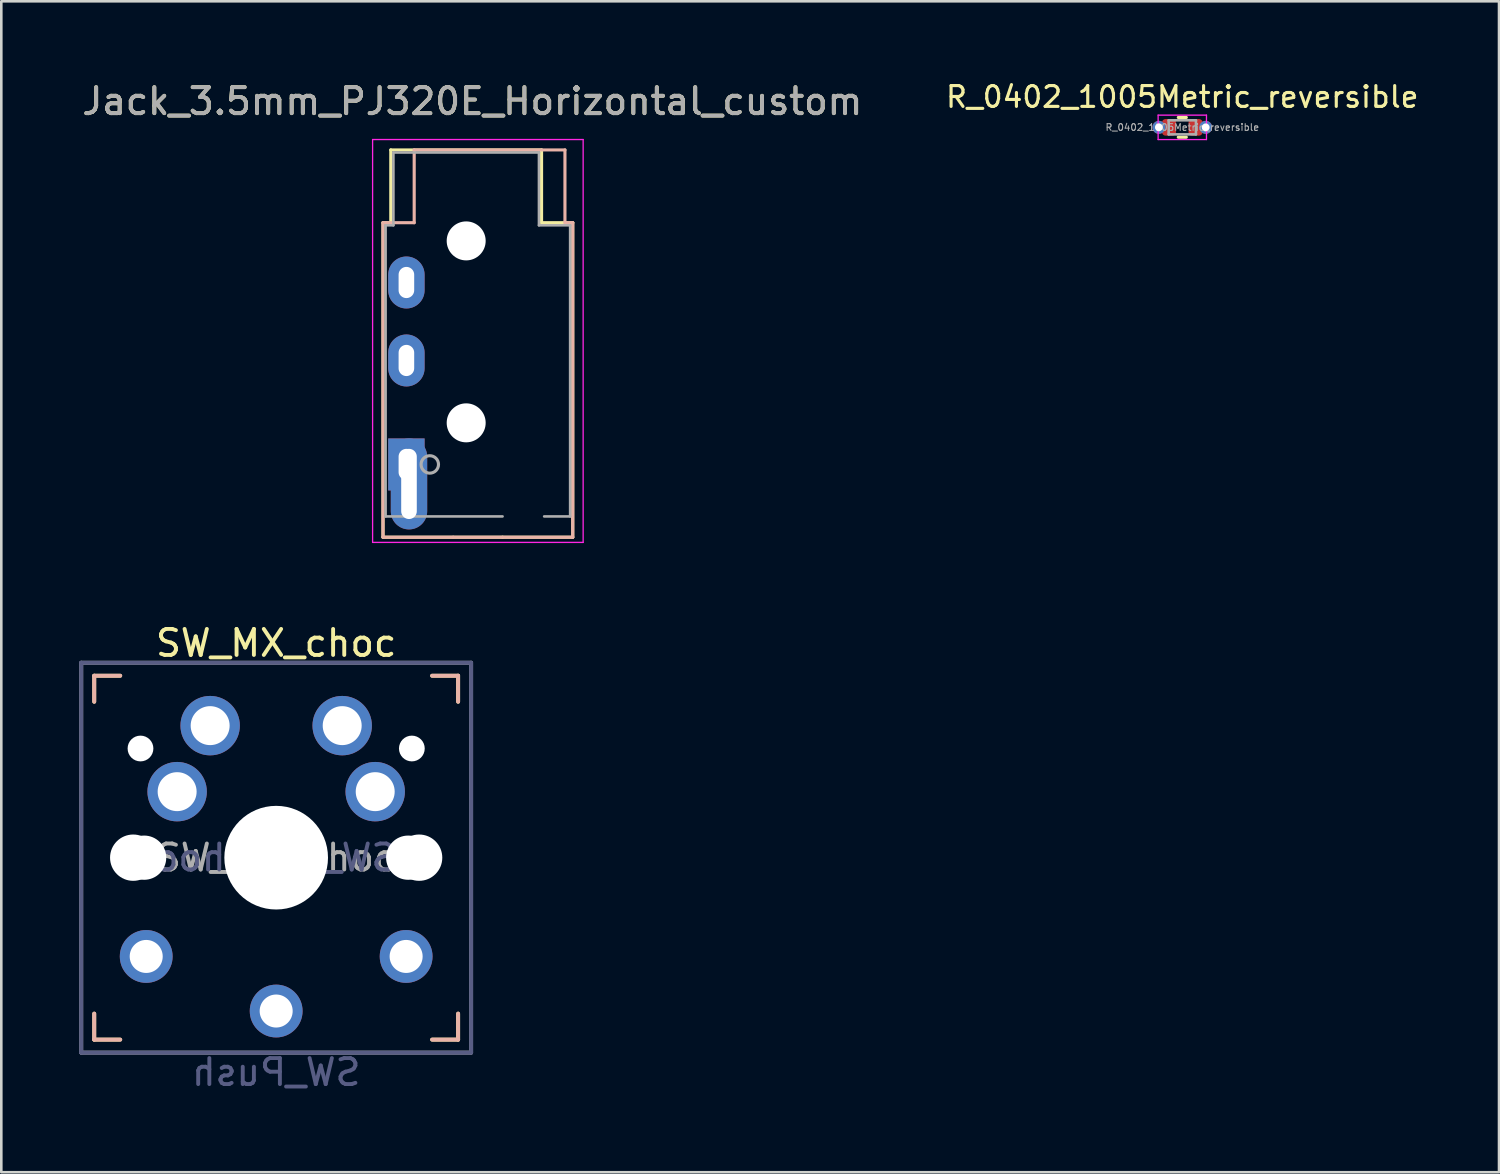
<source format=kicad_pcb>
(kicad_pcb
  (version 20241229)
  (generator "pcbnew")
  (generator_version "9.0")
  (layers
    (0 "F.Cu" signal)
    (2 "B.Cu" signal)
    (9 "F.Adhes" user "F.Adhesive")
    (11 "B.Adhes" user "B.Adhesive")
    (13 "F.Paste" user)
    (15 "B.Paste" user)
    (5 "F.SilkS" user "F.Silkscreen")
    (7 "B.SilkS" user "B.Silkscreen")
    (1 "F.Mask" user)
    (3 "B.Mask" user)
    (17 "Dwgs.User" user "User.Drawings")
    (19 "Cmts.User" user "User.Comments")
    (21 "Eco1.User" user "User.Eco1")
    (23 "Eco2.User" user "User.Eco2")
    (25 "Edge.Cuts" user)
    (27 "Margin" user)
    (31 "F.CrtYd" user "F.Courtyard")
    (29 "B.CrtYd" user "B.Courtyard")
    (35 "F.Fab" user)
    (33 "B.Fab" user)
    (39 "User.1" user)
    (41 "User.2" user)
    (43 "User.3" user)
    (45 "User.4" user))
  (footprint "Jack_3.5mm_PJ320E_Horizontal_custom"
    (layer "F.Cu")
    (at 12.585 14.818)
    (property "Reference" "Jack_3.5mm_PJ320E_Horizontal_custom" (at 2.54 -13.97 180) (layer "F.SilkS") (effects (font (size 1 1) (thickness 0.15))))
    (attr through_hole)
    (fp_line (start -0.9 -9.3) (end -0.9 2.8) (stroke (width 0.12) (type solid)) (layer "F.SilkS"))
    (fp_line (start -0.9 -9.3) (end -0.6 -9.3) (stroke (width 0.12) (type solid)) (layer "F.SilkS"))
    (fp_line (start -0.9 2.8) (end 3.7 2.8) (stroke (width 0.12) (type solid)) (layer "F.SilkS"))
    (fp_line (start -0.6 -9.3) (end -0.6 -12.1) (stroke (width 0.12) (type solid)) (layer "F.SilkS"))
    (fp_line (start 5.2 -12.1) (end -0.6 -12.1) (stroke (width 0.12) (type solid)) (layer "F.SilkS"))
    (fp_line (start 5.2 -9.3) (end 5.2 -12.1) (stroke (width 0.12) (type solid)) (layer "F.SilkS"))
    (fp_line (start 5.2 -9.3) (end 6.4 -9.3) (stroke (width 0.12) (type solid)) (layer "F.SilkS"))
    (fp_line (start 6.4 -9.3) (end 6.4 2.8) (stroke (width 0.12) (type solid)) (layer "F.SilkS"))
    (fp_line (start 6.4 2.8) (end 3.7 2.8) (stroke (width 0.12) (type solid)) (layer "F.SilkS"))
    (fp_line (start -0.9 -9.3) (end -0.9 2.8) (stroke (width 0.12) (type solid)) (layer "B.SilkS"))
    (fp_line (start -0.9 2.8) (end 1.8 2.8) (stroke (width 0.12) (type solid)) (layer "B.SilkS"))
    (fp_line (start 0.3 -12.1) (end 6.1 -12.1) (stroke (width 0.12) (type solid)) (layer "B.SilkS"))
    (fp_line (start 0.3 -9.3) (end -0.9 -9.3) (stroke (width 0.12) (type solid)) (layer "B.SilkS"))
    (fp_line (start 0.3 -9.3) (end 0.3 -12.1) (stroke (width 0.12) (type solid)) (layer "B.SilkS"))
    (fp_line (start 6.1 -9.3) (end 6.1 -12.1) (stroke (width 0.12) (type solid)) (layer "B.SilkS"))
    (fp_line (start 6.4 -9.3) (end 6.1 -9.3) (stroke (width 0.12) (type solid)) (layer "B.SilkS"))
    (fp_line (start 6.4 -9.3) (end 6.4 2.8) (stroke (width 0.12) (type solid)) (layer "B.SilkS"))
    (fp_line (start 6.4 2.8) (end 1.8 2.8) (stroke (width 0.12) (type solid)) (layer "B.SilkS"))
    (fp_line (start -1.3 -12.5) (end -1.3 3) (stroke (width 0.05) (type solid)) (layer "F.CrtYd"))
    (fp_line (start -1.3 -12.5) (end 6.8 -12.5) (stroke (width 0.05) (type solid)) (layer "F.CrtYd"))
    (fp_line (start -1.3 3) (end 6.8 3) (stroke (width 0.05) (type solid)) (layer "F.CrtYd"))
    (fp_line (start 6.8 -12.5) (end 6.8 3) (stroke (width 0.05) (type solid)) (layer "F.CrtYd"))
    (fp_line (start -0.8 -9.2) (end -0.5 -9.2) (stroke (width 0.1) (type solid)) (layer "F.Fab"))
    (fp_line (start -0.8 2) (end -0.8 -9.2) (stroke (width 0.1) (type solid)) (layer "F.Fab"))
    (fp_line (start -0.5 -12) (end 5.1 -12) (stroke (width 0.1) (type solid)) (layer "F.Fab"))
    (fp_line (start -0.5 -9.2) (end -0.5 -12) (stroke (width 0.1) (type solid)) (layer "F.Fab"))
    (fp_line (start 3.7 2) (end -0.8 2) (stroke (width 0.1) (type solid)) (layer "F.Fab"))
    (fp_line (start 5.1 -12) (end 5.1 -9.2) (stroke (width 0.1) (type solid)) (layer "F.Fab"))
    (fp_line (start 5.1 -9.2) (end 6.3 -9.2) (stroke (width 0.1) (type solid)) (layer "F.Fab"))
    (fp_line (start 6.3 -9.2) (end 6.3 2) (stroke (width 0.1) (type solid)) (layer "F.Fab"))
    (fp_line (start 6.3 2) (end 5.3 2) (stroke (width 0.1) (type solid)) (layer "F.Fab"))
    (fp_circle (center 0.9 0) (end 1.2 0.15) (stroke (width 0.12) (type solid)) (fill no) (layer "F.Fab"))
    (fp_text user "${REFERENCE}" (at 2.54 -13.97 180) (layer "F.Fab") (effects (font (size 1 1) (thickness 0.15))))
    (pad "" np_thru_hole oval (at 2.3 -8.6 270) (size 1.5 1.5) (drill oval 1.5) (layers "*.Cu" "*.Mask"))
    (pad "" np_thru_hole oval (at 2.3 -1.6 270) (size 1.5 1.5) (drill oval 1.5) (layers "*.Cu" "*.Mask"))
    (pad "R1" thru_hole oval (at 0 -4 270) (size 2 1.4) (drill oval 1.2 0.6) (layers "*.Cu" "*.Mask"))
    (pad "R2" thru_hole oval (at 0 -7 270) (size 2 1.4) (drill oval 1.2 0.6) (layers "*.Cu" "*.Mask"))
    (pad "T" thru_hole rect (at 0 0 270) (size 2 1.4) (drill oval 1.2 0.6) (layers "*.Cu" "*.Mask"))
    (pad "T" thru_hole oval (at 0.1 0.75 270) (size 3.5 1.4) (drill oval 2.7 0.6) (layers "*.Cu" "*.Mask")))
  (footprint "SW_MX_choc"
    (layer "F.Cu")
    (at 7.575 29.947)
    (property "Reference" "SW_MX_choc" (at 0 -8.255 0) (layer "F.SilkS") (effects (font (size 1 1) (thickness 0.15))))
    (property "Value" "SW_Push" (at 0 8.255 0) (layer "F.Fab") (hide yes) (effects (font (size 1 1) (thickness 0.15))))
    (attr through_hole)
    (fp_line (start -7 -7) (end -6 -7) (stroke (width 0.15) (type solid)) (layer "F.SilkS"))
    (fp_line (start -7 -6) (end -7 -7) (stroke (width 0.15) (type solid)) (layer "F.SilkS"))
    (fp_line (start -7 7) (end -7 6) (stroke (width 0.15) (type solid)) (layer "F.SilkS"))
    (fp_line (start -6 7) (end -7 7) (stroke (width 0.15) (type solid)) (layer "F.SilkS"))
    (fp_line (start 6 -7) (end 7 -7) (stroke (width 0.15) (type solid)) (layer "F.SilkS"))
    (fp_line (start 7 -7) (end 7 -6) (stroke (width 0.15) (type solid)) (layer "F.SilkS"))
    (fp_line (start 7 6) (end 7 7) (stroke (width 0.15) (type solid)) (layer "F.SilkS"))
    (fp_line (start 7 7) (end 6 7) (stroke (width 0.15) (type solid)) (layer "F.SilkS"))
    (fp_line (start -7 -7) (end -6 -7) (stroke (width 0.15) (type solid)) (layer "B.SilkS"))
    (fp_line (start -7 -6) (end -7 -7) (stroke (width 0.15) (type solid)) (layer "B.SilkS"))
    (fp_line (start -7 7) (end -7 6) (stroke (width 0.15) (type solid)) (layer "B.SilkS"))
    (fp_line (start -6 7) (end -7 7) (stroke (width 0.15) (type solid)) (layer "B.SilkS"))
    (fp_line (start 6 -7) (end 7 -7) (stroke (width 0.15) (type solid)) (layer "B.SilkS"))
    (fp_line (start 7 -7) (end 7 -6) (stroke (width 0.15) (type solid)) (layer "B.SilkS"))
    (fp_line (start 7 6) (end 7 7) (stroke (width 0.15) (type solid)) (layer "B.SilkS"))
    (fp_line (start 7 7) (end 6 7) (stroke (width 0.15) (type solid)) (layer "B.SilkS"))
    (fp_line (start -6.9 6.9) (end -6.9 -6.9) (stroke (width 0.15) (type solid)) (layer "Eco2.User"))
    (fp_line (start -6.9 6.9) (end 6.9 6.9) (stroke (width 0.15) (type solid)) (layer "Eco2.User"))
    (fp_line (start 6.9 -6.9) (end -6.9 -6.9) (stroke (width 0.15) (type solid)) (layer "Eco2.User"))
    (fp_line (start 6.9 -6.9) (end 6.9 6.9) (stroke (width 0.15) (type solid)) (layer "Eco2.User"))
    (fp_line (start -7.5 -7.5) (end 7.5 -7.5) (stroke (width 0.15) (type solid)) (layer "B.Fab"))
    (fp_line (start -7.5 7.5) (end -7.5 -7.5) (stroke (width 0.15) (type solid)) (layer "B.Fab"))
    (fp_line (start 7.5 -7.5) (end 7.5 7.5) (stroke (width 0.15) (type solid)) (layer "B.Fab"))
    (fp_line (start 7.5 7.5) (end -7.5 7.5) (stroke (width 0.15) (type solid)) (layer "B.Fab"))
    (fp_line (start -7.5 -7.5) (end 7.5 -7.5) (stroke (width 0.15) (type solid)) (layer "F.Fab"))
    (fp_line (start -7.5 7.5) (end -7.5 -7.5) (stroke (width 0.15) (type solid)) (layer "F.Fab"))
    (fp_line (start 7.5 -7.5) (end 7.5 7.5) (stroke (width 0.15) (type solid)) (layer "F.Fab"))
    (fp_line (start 7.5 7.5) (end -7.5 7.5) (stroke (width 0.15) (type solid)) (layer "F.Fab"))
    (fp_text user "${REFERENCE}" (at 0 0 0) (layer "B.Fab") (effects (font (size 1 1) (thickness 0.15)) (justify mirror)))
    (fp_text user "${VALUE}" (at 0 8.255 0) (layer "B.Fab") (effects (font (size 1 1) (thickness 0.15)) (justify mirror)))
    (fp_text user "${REFERENCE}" (at 0 0 0) (layer "F.Fab") (effects (font (size 1 1) (thickness 0.15))))
    (pad "" np_thru_hole circle (at -5.5 0) (size 1.782 1.782) (drill 1.782) (layers "*.Cu" "*.Mask"))
    (pad "" np_thru_hole circle (at -5.22 -4.2) (size 0.991 0.991) (drill 0.991) (layers "*.Cu" "*.Mask"))
    (pad "" np_thru_hole circle (at -5.08 0) (size 1.702 1.702) (drill 1.702) (layers "*.Cu" "*.Mask"))
    (pad "" np_thru_hole circle (at 0 0) (size 3.988 3.988) (drill 3.988) (layers "*.Cu" "*.Mask"))
    (pad "" np_thru_hole circle (at 5.08 0) (size 1.702 1.702) (drill 1.702) (layers "*.Cu" "*.Mask"))
    (pad "" np_thru_hole circle (at 5.22 -4.2) (size 0.991 0.991) (drill 0.991) (layers "*.Cu" "*.Mask"))
    (pad "" np_thru_hole circle (at 5.5 0) (size 1.782 1.782) (drill 1.782) (layers "*.Cu" "*.Mask"))
    (pad "1" thru_hole circle (at -3.81 -2.54) (size 2.286 2.286) (drill 1.499) (layers "*.Cu" "*.Mask"))
    (pad "1" thru_hole circle (at -2.54 -5.08) (size 2.286 2.286) (drill 1.499) (layers "*.Cu" "*.Mask"))
    (pad "1" thru_hole circle (at 0 5.9) (size 2.032 2.032) (drill 1.27) (layers "*.Cu" "*.Mask"))
    (pad "2" thru_hole circle (at -5 3.8) (size 2.032 2.032) (drill 1.27) (layers "*.Cu" "*.Mask"))
    (pad "2" thru_hole circle (at 2.54 -5.08) (size 2.286 2.286) (drill 1.499) (layers "*.Cu" "*.Mask"))
    (pad "2" thru_hole circle (at 3.81 -2.54) (size 2.286 2.286) (drill 1.499) (layers "*.Cu" "*.Mask"))
    (pad "2" thru_hole circle (at 5 3.8) (size 2.032 2.032) (drill 1.27) (layers "*.Cu" "*.Mask")))
  (footprint "R_0402_1005Metric_reversible"
    (layer "F.Cu")
    (at 42.436 1.849)
    (property "Reference" "R_0402_1005Metric_reversible" (at 0 -1.17 0) (layer "F.SilkS") (effects (font (size 0.8 0.8) (thickness 0.12))))
    (attr smd)
    (fp_line (start -0.154 -0.38) (end 0.154 -0.38) (stroke (width 0.12) (type solid)) (layer "F.SilkS"))
    (fp_line (start -0.154 0.38) (end 0.154 0.38) (stroke (width 0.12) (type solid)) (layer "F.SilkS"))
    (fp_line (start -0.93 -0.47) (end 0.93 -0.47) (stroke (width 0.05) (type solid)) (layer "F.CrtYd"))
    (fp_line (start -0.93 0.47) (end -0.93 -0.47) (stroke (width 0.05) (type solid)) (layer "F.CrtYd"))
    (fp_line (start 0.93 -0.47) (end 0.93 0.47) (stroke (width 0.05) (type solid)) (layer "F.CrtYd"))
    (fp_line (start 0.93 0.47) (end -0.93 0.47) (stroke (width 0.05) (type solid)) (layer "F.CrtYd"))
    (fp_line (start -0.525 -0.27) (end 0.525 -0.27) (stroke (width 0.1) (type solid)) (layer "F.Fab"))
    (fp_line (start -0.525 0.27) (end -0.525 -0.27) (stroke (width 0.1) (type solid)) (layer "F.Fab"))
    (fp_line (start 0.525 -0.27) (end 0.525 0.27) (stroke (width 0.1) (type solid)) (layer "F.Fab"))
    (fp_line (start 0.525 0.27) (end -0.525 0.27) (stroke (width 0.1) (type solid)) (layer "F.Fab"))
    (fp_text user "${REFERENCE}" (at 0 0 0) (layer "F.Fab") (effects (font (size 0.26 0.26) (thickness 0.04))))
    (pad "1" thru_hole circle (at -0.9 0) (size 0.5 0.5) (drill 0.3) (layers "*.Cu" "*.Mask"))
    (pad "1" smd roundrect (at -0.51 0) (size 0.54 0.64) (layers "F.Cu" "F.Mask" "F.Paste") (roundrect_rratio 0.25))
    (pad "2" smd roundrect (at 0.51 0) (size 0.54 0.64) (layers "F.Cu" "F.Mask" "F.Paste") (roundrect_rratio 0.25))
    (pad "2" thru_hole circle (at 0.9 0) (size 0.5 0.5) (drill 0.3) (layers "*.Cu" "*.Mask")))
  (gr_rect
    (start -3 -3)
    (end 54.621 42.05)
    (stroke (width 0.1) (type default))
    (fill no)
    (layer "Edge.Cuts")))
</source>
